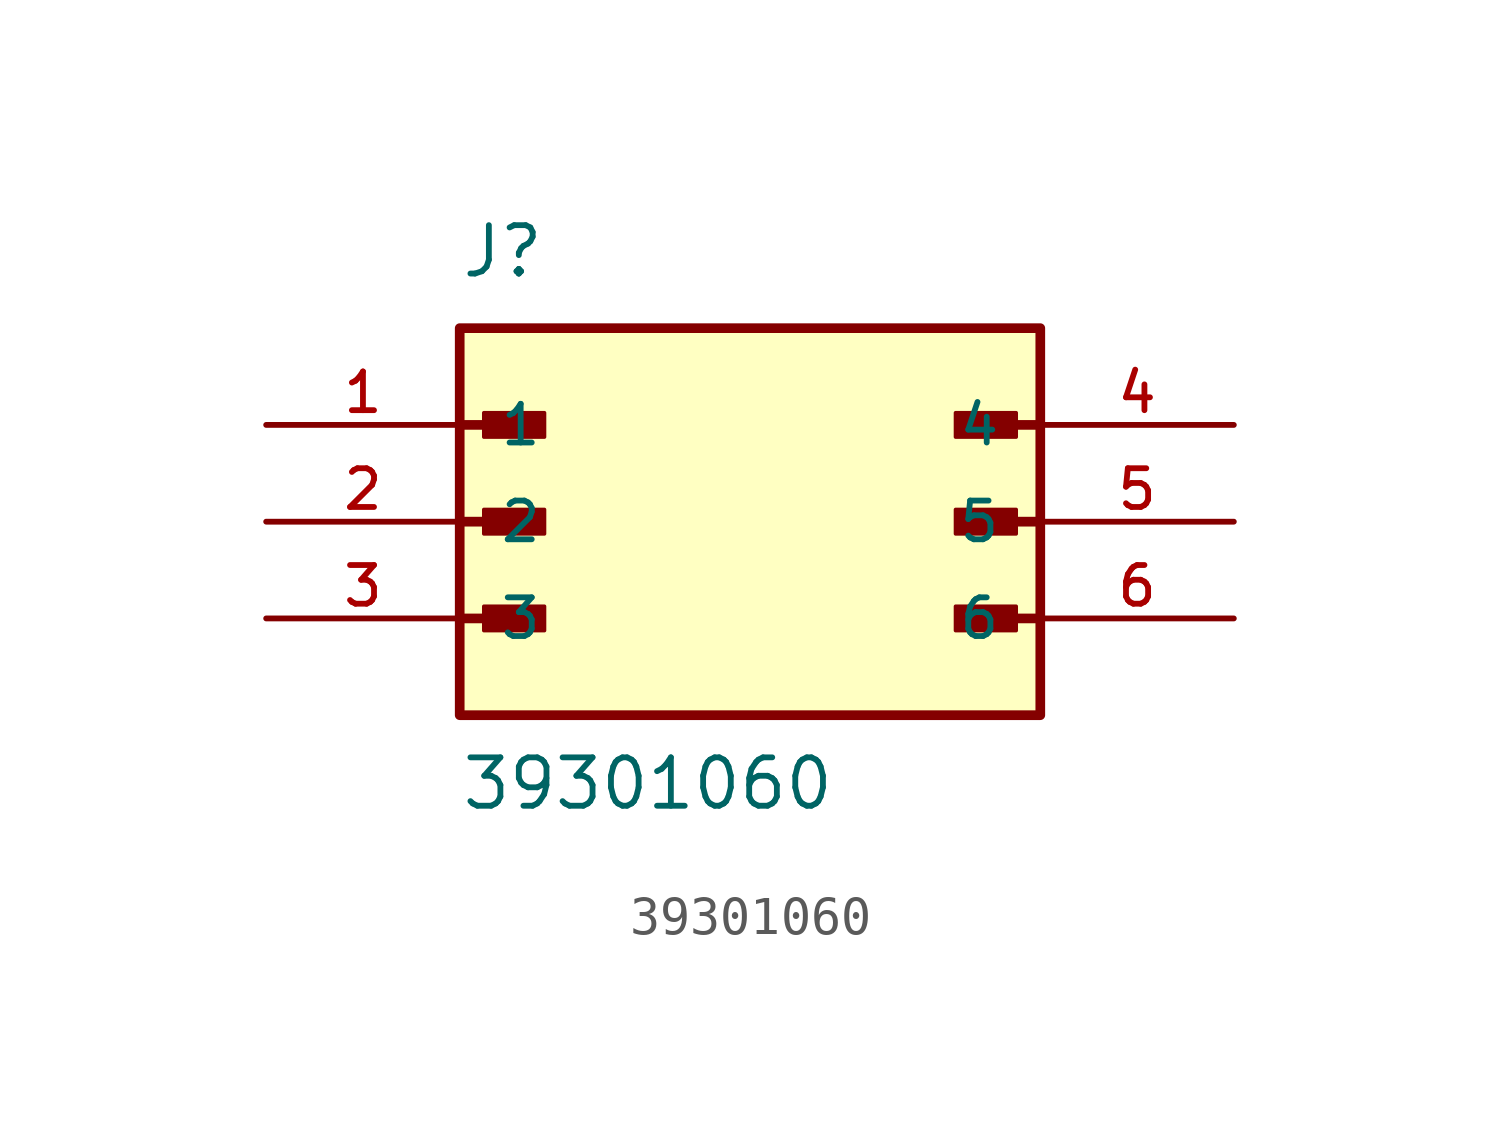
<source format=kicad_sym>
(kicad_symbol_lib
  (version 20211014)
  (generator kicad_symbol_editor)
  (symbol "39301060"
    (pin_names
      (offset 1.016))
    (property "Reference" "J"
      (at -7.62 6.35 0)
      (effects (font (size 1.27 1.27)) (justify bottom left)))
    (property "Value" "39301060"
      (at -7.62 -7.62 0)
      (effects (font (size 1.27 1.27)) (justify bottom left)))
    (symbol "39301060_0_0"
      (polyline (pts (xy -7.62 2.54) (xy -5.715 2.54)) (stroke (width 0.254)))
      (rectangle (start -6.985 2.223) (end -5.397 2.857) (stroke (width 0.1)) (fill (type outline)))
      (polyline (pts (xy -7.62 0.0) (xy -5.715 0.0)) (stroke (width 0.254)))
      (rectangle (start -6.985 -0.318) (end -5.397 0.318) (stroke (width 0.1)) (fill (type outline)))
      (polyline (pts (xy -7.62 -2.54) (xy -5.715 -2.54)) (stroke (width 0.254)))
      (rectangle (start -6.985 -2.857) (end -5.397 -2.223) (stroke (width 0.1)) (fill (type outline)))
      (polyline (pts (xy 7.62 -2.54) (xy 5.715 -2.54)) (stroke (width 0.254)))
      (rectangle (start 5.397 -2.857) (end 6.985 -2.223) (stroke (width 0.1)) (fill (type outline)))
      (polyline (pts (xy 7.62 0.0) (xy 5.715 0.0)) (stroke (width 0.254)))
      (rectangle (start 5.397 -0.318) (end 6.985 0.318) (stroke (width 0.1)) (fill (type outline)))
      (polyline (pts (xy 7.62 2.54) (xy 5.715 2.54)) (stroke (width 0.254)))
      (rectangle (start 5.397 2.223) (end 6.985 2.857) (stroke (width 0.1)) (fill (type outline)))
      (rectangle (start -7.62 -5.08) (end 7.62 5.08) (stroke (width 0.254)) (fill (type background)))
      (pin passive line (at -12.7 2.54 0) (length 5.08) (name "1" (effects (font (size 1.016 1.016)))) (number "1" (effects (font (size 1.016 1.016)))))
      (pin passive line (at -12.7 0.0 0) (length 5.08) (name "2" (effects (font (size 1.016 1.016)))) (number "2" (effects (font (size 1.016 1.016)))))
      (pin passive line (at -12.7 -2.54 0) (length 5.08) (name "3" (effects (font (size 1.016 1.016)))) (number "3" (effects (font (size 1.016 1.016)))))
      (pin passive line (at 12.7 2.54 180.0) (length 5.08) (name "4" (effects (font (size 1.016 1.016)))) (number "4" (effects (font (size 1.016 1.016)))))
      (pin passive line (at 12.7 0.0 180.0) (length 5.08) (name "5" (effects (font (size 1.016 1.016)))) (number "5" (effects (font (size 1.016 1.016)))))
      (pin passive line (at 12.7 -2.54 180.0) (length 5.08) (name "6" (effects (font (size 1.016 1.016)))) (number "6" (effects (font (size 1.016 1.016))))))))
</source>
